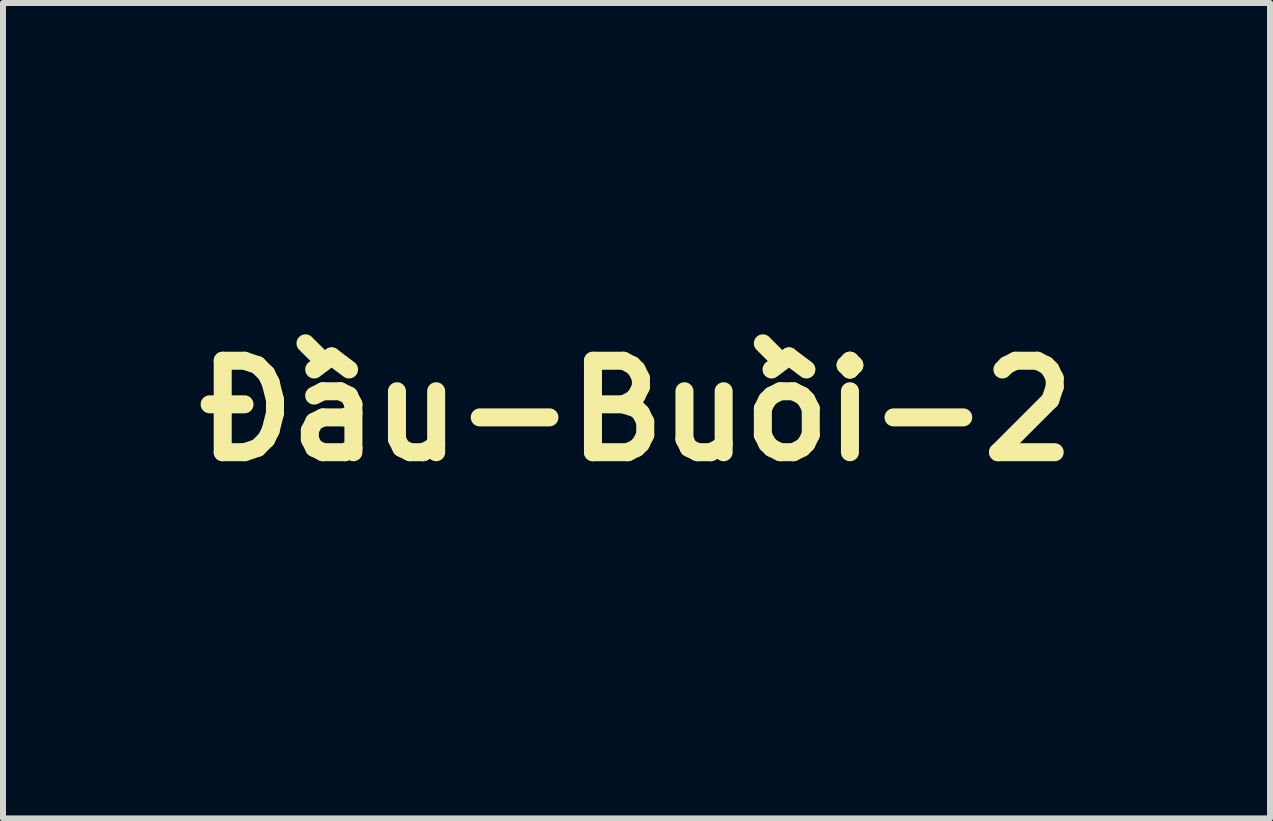
<source format=kicad_pcb>
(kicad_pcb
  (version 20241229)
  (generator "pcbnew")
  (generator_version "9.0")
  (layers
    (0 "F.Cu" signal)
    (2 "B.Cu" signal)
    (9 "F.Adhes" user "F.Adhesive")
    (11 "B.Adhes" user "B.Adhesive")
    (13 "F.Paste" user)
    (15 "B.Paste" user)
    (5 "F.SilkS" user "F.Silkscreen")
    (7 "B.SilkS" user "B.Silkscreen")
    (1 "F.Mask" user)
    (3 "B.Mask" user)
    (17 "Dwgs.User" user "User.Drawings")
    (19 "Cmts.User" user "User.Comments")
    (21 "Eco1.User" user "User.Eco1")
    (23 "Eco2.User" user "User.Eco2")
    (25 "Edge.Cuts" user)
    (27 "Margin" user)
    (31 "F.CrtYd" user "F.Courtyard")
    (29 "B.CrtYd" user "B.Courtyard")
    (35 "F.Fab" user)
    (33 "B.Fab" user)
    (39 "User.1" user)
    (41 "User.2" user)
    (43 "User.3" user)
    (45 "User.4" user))
  (footprint "Đầu-Buồi-2"
    (layer "F.Cu")
    (at 7.555 3.795)
    (property "Reference" "Đầu-Buồi-2" (at 0 0 0) (layer "F.SilkS") (effects (font (size 1.524 1.524) (thickness 0.3))))
    (attr through_hole)
    (fp_poly (pts (xy -3.86 -3.753) (xy -3.704 -3.745) (xy -3.584 -3.738) (xy -3.486 -3.729) (xy -3.406 -3.716) (xy -3.337 -3.695) (xy -3.277 -3.663) (xy -3.22 -3.619) (xy -3.161 -3.558) (xy -3.097 -3.478) (xy -3.022 -3.377) (xy -2.938 -3.259) (xy -2.9 -3.205) (xy -2.844 -3.125) (xy -2.772 -3.023) (xy -2.684 -2.9) (xy -2.584 -2.758) (xy -2.473 -2.601) (xy -2.351 -2.429) (xy -2.222 -2.247) (xy -2.086 -2.054) (xy -1.945 -1.856) (xy -1.801 -1.652) (xy -1.704 -1.516) (xy -1.563 -1.316) (xy -1.427 -1.123) (xy -1.297 -0.939) (xy -1.175 -0.766) (xy -1.063 -0.605) (xy -0.96 -0.458) (xy -0.87 -0.328) (xy -0.793 -0.217) (xy -0.73 -0.125) (xy -0.683 -0.055) (xy -0.653 -0.01) (xy -0.642 0.008) (xy -0.621 0.076) (xy -0.611 0.162) (xy -0.611 0.252) (xy -0.622 0.332) (xy -0.629 0.356) (xy -0.647 0.397) (xy -0.676 0.457) (xy -0.711 0.523) (xy -0.72 0.541) (xy -0.739 0.574) (xy -0.773 0.635) (xy -0.821 0.721) (xy -0.881 0.829) (xy -0.952 0.958) (xy -1.034 1.104) (xy -1.124 1.267) (xy -1.222 1.442) (xy -1.326 1.629) (xy -1.434 1.824) (xy -1.546 2.025) (xy -1.55 2.032) (xy -1.662 2.233) (xy -1.769 2.426) (xy -1.872 2.611) (xy -1.969 2.784) (xy -2.059 2.944) (xy -2.139 3.087) (xy -2.21 3.213) (xy -2.269 3.318) (xy -2.315 3.4) (xy -2.348 3.457) (xy -2.366 3.487) (xy -2.367 3.488) (xy -2.43 3.58) (xy -2.489 3.647) (xy -2.552 3.696) (xy -2.582 3.714) (xy -2.607 3.726) (xy -2.633 3.735) (xy -2.666 3.742) (xy -2.711 3.747) (xy -2.772 3.749) (xy -2.856 3.751) (xy -2.966 3.752) (xy -3.014 3.753) (xy -3.126 3.753) (xy -3.229 3.753) (xy -3.318 3.752) (xy -3.388 3.751) (xy -3.431 3.749) (xy -3.437 3.748) (xy -3.567 3.731) (xy -3.667 3.711) (xy -3.742 3.687) (xy -3.795 3.657) (xy -3.833 3.619) (xy -3.854 3.579) (xy -3.87 3.521) (xy -3.869 3.452) (xy -3.852 3.364) (xy -3.832 3.294) (xy -3.825 3.272) (xy -3.818 3.25) (xy -3.809 3.228) (xy -3.798 3.202) (xy -3.783 3.172) (xy -3.764 3.135) (xy -3.74 3.089) (xy -3.708 3.033) (xy -3.669 2.965) (xy -3.621 2.882) (xy -3.563 2.783) (xy -3.494 2.667) (xy -3.413 2.53) (xy -3.319 2.372) (xy -3.211 2.191) (xy -3.088 1.984) (xy -2.95 1.753) (xy -2.834 1.557) (xy -2.722 1.369) (xy -2.616 1.191) (xy -2.517 1.023) (xy -2.426 0.87) (xy -2.345 0.732) (xy -2.275 0.612) (xy -2.217 0.513) (xy -2.172 0.436) (xy -2.143 0.383) (xy -2.129 0.358) (xy -2.129 0.358) (xy -2.107 0.275) (xy -2.102 0.178) (xy -2.113 0.08) (xy -2.141 -0.006) (xy -2.143 -0.008) (xy -2.157 -0.031) (xy -2.19 -0.08) (xy -2.241 -0.151) (xy -2.307 -0.245) (xy -2.388 -0.357) (xy -2.482 -0.487) (xy -2.588 -0.633) (xy -2.704 -0.793) (xy -2.828 -0.964) (xy -2.961 -1.145) (xy -3.099 -1.334) (xy -3.182 -1.448) (xy -3.36 -1.691) (xy -3.52 -1.908) (xy -3.661 -2.101) (xy -3.787 -2.271) (xy -3.897 -2.421) (xy -3.993 -2.551) (xy -4.076 -2.664) (xy -4.147 -2.761) (xy -4.208 -2.843) (xy -4.26 -2.912) (xy -4.303 -2.97) (xy -4.34 -3.019) (xy -4.371 -3.059) (xy -4.397 -3.093) (xy -4.42 -3.122) (xy -4.441 -3.148) (xy -4.461 -3.172) (xy -4.482 -3.197) (xy -4.483 -3.198) (xy -4.571 -3.314) (xy -4.628 -3.417) (xy -4.655 -3.507) (xy -4.651 -3.584) (xy -4.617 -3.646) (xy -4.605 -3.658) (xy -4.55 -3.694) (xy -4.468 -3.722) (xy -4.36 -3.742) (xy -4.223 -3.753) (xy -4.057 -3.757) (xy -3.86 -3.753)) (stroke (width 0.01) (type solid)) (fill yes) (layer "F.Mask"))
    (fp_poly (pts (xy 2.156 -3.789) (xy 2.321 -3.785) (xy 2.463 -3.776) (xy 2.579 -3.765) (xy 2.667 -3.75) (xy 2.718 -3.735) (xy 2.771 -3.701) (xy 2.809 -3.647) (xy 2.837 -3.568) (xy 2.842 -3.548) (xy 2.848 -3.514) (xy 2.86 -3.451) (xy 2.875 -3.362) (xy 2.894 -3.25) (xy 2.916 -3.119) (xy 2.941 -2.973) (xy 2.967 -2.815) (xy 2.994 -2.649) (xy 2.996 -2.633) (xy 3.017 -2.504) (xy 3.043 -2.345) (xy 3.074 -2.159) (xy 3.108 -1.95) (xy 3.146 -1.721) (xy 3.186 -1.475) (xy 3.229 -1.216) (xy 3.273 -0.946) (xy 3.318 -0.67) (xy 3.364 -0.39) (xy 3.41 -0.11) (xy 3.456 0.167) (xy 3.462 0.206) (xy 3.526 0.597) (xy 3.585 0.956) (xy 3.639 1.284) (xy 3.688 1.584) (xy 3.733 1.855) (xy 3.773 2.1) (xy 3.809 2.32) (xy 3.84 2.517) (xy 3.868 2.691) (xy 3.892 2.845) (xy 3.913 2.979) (xy 3.93 3.096) (xy 3.945 3.195) (xy 3.957 3.28) (xy 3.965 3.351) (xy 3.972 3.41) (xy 3.976 3.458) (xy 3.978 3.496) (xy 3.979 3.527) (xy 3.978 3.55) (xy 3.975 3.569) (xy 3.971 3.583) (xy 3.966 3.595) (xy 3.96 3.607) (xy 3.954 3.618) (xy 3.951 3.624) (xy 3.911 3.675) (xy 3.861 3.711) (xy 3.806 3.729) (xy 3.723 3.745) (xy 3.617 3.758) (xy 3.493 3.769) (xy 3.356 3.778) (xy 3.211 3.783) (xy 3.064 3.784) (xy 2.92 3.782) (xy 2.802 3.777) (xy 2.686 3.767) (xy 2.599 3.754) (xy 2.536 3.735) (xy 2.493 3.708) (xy 2.464 3.67) (xy 2.449 3.632) (xy 2.445 3.61) (xy 2.437 3.557) (xy 2.424 3.477) (xy 2.408 3.371) (xy 2.389 3.243) (xy 2.367 3.097) (xy 2.343 2.934) (xy 2.317 2.757) (xy 2.289 2.57) (xy 2.277 2.489) (xy 2.246 2.274) (xy 2.212 2.045) (xy 2.177 1.805) (xy 2.14 1.554) (xy 2.102 1.296) (xy 2.064 1.032) (xy 2.024 0.764) (xy 1.985 0.496) (xy 1.945 0.227) (xy 1.906 -0.038) (xy 1.867 -0.299) (xy 1.83 -0.552) (xy 1.794 -0.797) (xy 1.759 -1.031) (xy 1.726 -1.251) (xy 1.696 -1.456) (xy 1.668 -1.644) (xy 1.643 -1.812) (xy 1.621 -1.959) (xy 1.603 -2.082) (xy 1.588 -2.179) (xy 1.577 -2.249) (xy 1.571 -2.288) (xy 1.569 -2.297) (xy 1.562 -2.282) (xy 1.539 -2.239) (xy 1.503 -2.168) (xy 1.454 -2.072) (xy 1.393 -1.951) (xy 1.32 -1.807) (xy 1.236 -1.642) (xy 1.142 -1.456) (xy 1.039 -1.252) (xy 0.927 -1.031) (xy 0.807 -0.794) (xy 0.68 -0.543) (xy 0.547 -0.279) (xy 0.408 -0.004) (xy 0.264 0.281) (xy 0.116 0.575) (xy 0.095 0.615) (xy -0.054 0.911) (xy -0.2 1.199) (xy -0.341 1.478) (xy -0.476 1.746) (xy -0.606 2.002) (xy -0.729 2.244) (xy -0.845 2.471) (xy -0.952 2.682) (xy -1.051 2.875) (xy -1.139 3.048) (xy -1.217 3.199) (xy -1.284 3.329) (xy -1.338 3.434) (xy -1.38 3.513) (xy -1.408 3.565) (xy -1.422 3.589) (xy -1.422 3.59) (xy -1.485 3.651) (xy -1.568 3.696) (xy -1.675 3.727) (xy -1.77 3.742) (xy -1.845 3.751) (xy -1.914 3.759) (xy -1.965 3.767) (xy -1.977 3.768) (xy -2.017 3.771) (xy -2.032 3.758) (xy -2.032 3.754) (xy -2.024 3.734) (xy -2.002 3.688) (xy -1.967 3.621) (xy -1.921 3.536) (xy -1.868 3.438) (xy -1.809 3.33) (xy -1.801 3.318) (xy -1.597 2.951) (xy -1.406 2.607) (xy -1.228 2.288) (xy -1.064 1.992) (xy -0.913 1.721) (xy -0.777 1.476) (xy -0.656 1.257) (xy -0.549 1.063) (xy -0.458 0.897) (xy -0.381 0.758) (xy -0.321 0.646) (xy -0.276 0.563) (xy -0.247 0.508) (xy -0.239 0.491) (xy -0.21 0.428) (xy -0.192 0.378) (xy -0.182 0.329) (xy -0.178 0.268) (xy -0.178 0.203) (xy -0.179 0.125) (xy -0.183 0.067) (xy -0.194 0.019) (xy -0.214 -0.032) (xy -0.239 -0.085) (xy -0.27 -0.142) (xy -0.317 -0.218) (xy -0.374 -0.306) (xy -0.437 -0.397) (xy -0.48 -0.457) (xy -0.556 -0.564) (xy -0.611 -0.646) (xy -0.645 -0.706) (xy -0.659 -0.743) (xy -0.66 -0.749) (xy -0.652 -0.777) (xy -0.629 -0.832) (xy -0.591 -0.912) (xy -0.541 -1.012) (xy -0.48 -1.131) (xy -0.409 -1.266) (xy -0.313 -1.445) (xy -0.214 -1.63) (xy -0.113 -1.82) (xy -0.011 -2.01) (xy 0.09 -2.2) (xy 0.188 -2.385) (xy 0.284 -2.564) (xy 0.374 -2.733) (xy 0.457 -2.891) (xy 0.533 -3.034) (xy 0.6 -3.159) (xy 0.655 -3.265) (xy 0.699 -3.349) (xy 0.73 -3.407) (xy 0.744 -3.434) (xy 0.811 -3.546) (xy 0.888 -3.638) (xy 0.97 -3.702) (xy 0.986 -3.711) (xy 1.027 -3.727) (xy 1.077 -3.742) (xy 1.142 -3.753) (xy 1.224 -3.763) (xy 1.327 -3.771) (xy 1.454 -3.778) (xy 1.609 -3.783) (xy 1.77 -3.787) (xy 1.972 -3.79) (xy 2.156 -3.789)) (stroke (width 0.01) (type solid)) (fill yes) (layer "F.Mask")))
  (gr_rect
    (start -3 -3)
    (end 18.109 10.585)
    (stroke (width 0.1) (type default))
    (fill no)
    (layer "Edge.Cuts")))
</source>
